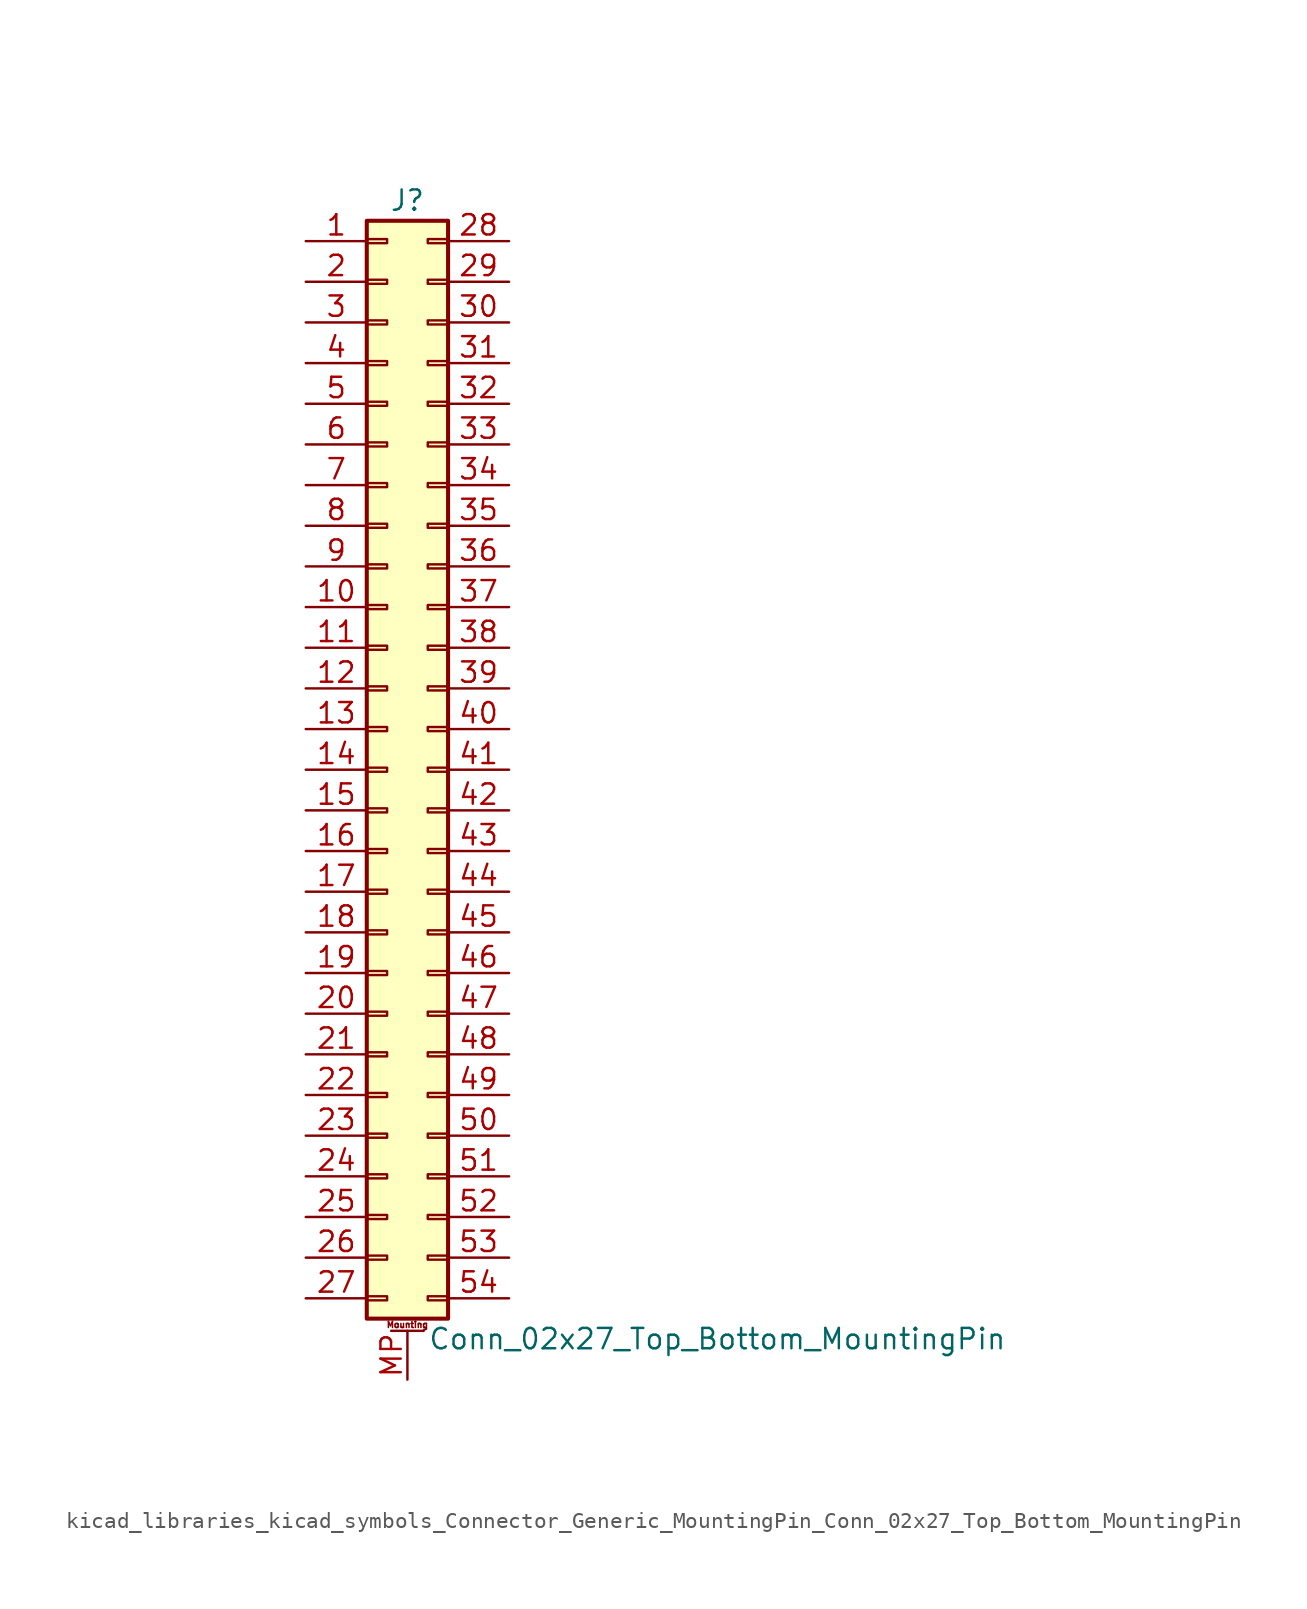
<source format=kicad_sym>
(kicad_symbol_lib
  (version 20220914)
  (generator kicad_symbol_editor)
  (symbol "kicad_libraries_kicad_symbols_Connector_Generic_MountingPin_Conn_02x27_Top_Bottom_MountingPin"
    (pin_names
      (offset 1.016) hide)
    (property "Reference" "J"
      (at 1.27 35.56 0)
      (effects (font (size 1.27 1.27))))
    (property "Value" "Conn_02x27_Top_Bottom_MountingPin"
      (at 2.54 -35.56 0)
      (effects (font (size 1.27 1.27)) (justify left)))
    (symbol "kicad_libraries_kicad_symbols_Connector_Generic_MountingPin_Conn_02x27_Top_Bottom_MountingPin_1_1"
      (rectangle (start -1.27 -32.893) (end 0 -33.147) (stroke (width 0.152) (type default)) (fill (type none)))
      (rectangle (start -1.27 -30.353) (end 0 -30.607) (stroke (width 0.152) (type default)) (fill (type none)))
      (rectangle (start -1.27 -27.813) (end 0 -28.067) (stroke (width 0.152) (type default)) (fill (type none)))
      (rectangle (start -1.27 -25.273) (end 0 -25.527) (stroke (width 0.152) (type default)) (fill (type none)))
      (rectangle (start -1.27 -22.733) (end 0 -22.987) (stroke (width 0.152) (type default)) (fill (type none)))
      (rectangle (start -1.27 -20.193) (end 0 -20.447) (stroke (width 0.152) (type default)) (fill (type none)))
      (rectangle (start -1.27 -17.653) (end 0 -17.907) (stroke (width 0.152) (type default)) (fill (type none)))
      (rectangle (start -1.27 -15.113) (end 0 -15.367) (stroke (width 0.152) (type default)) (fill (type none)))
      (rectangle (start -1.27 -12.573) (end 0 -12.827) (stroke (width 0.152) (type default)) (fill (type none)))
      (rectangle (start -1.27 -10.033) (end 0 -10.287) (stroke (width 0.152) (type default)) (fill (type none)))
      (rectangle (start -1.27 -7.493) (end 0 -7.747) (stroke (width 0.152) (type default)) (fill (type none)))
      (rectangle (start -1.27 -4.953) (end 0 -5.207) (stroke (width 0.152) (type default)) (fill (type none)))
      (rectangle (start -1.27 -2.413) (end 0 -2.667) (stroke (width 0.152) (type default)) (fill (type none)))
      (rectangle (start -1.27 0.127) (end 0 -0.127) (stroke (width 0.152) (type default)) (fill (type none)))
      (rectangle (start -1.27 2.667) (end 0 2.413) (stroke (width 0.152) (type default)) (fill (type none)))
      (rectangle (start -1.27 5.207) (end 0 4.953) (stroke (width 0.152) (type default)) (fill (type none)))
      (rectangle (start -1.27 7.747) (end 0 7.493) (stroke (width 0.152) (type default)) (fill (type none)))
      (rectangle (start -1.27 10.287) (end 0 10.033) (stroke (width 0.152) (type default)) (fill (type none)))
      (rectangle (start -1.27 12.827) (end 0 12.573) (stroke (width 0.152) (type default)) (fill (type none)))
      (rectangle (start -1.27 15.367) (end 0 15.113) (stroke (width 0.152) (type default)) (fill (type none)))
      (rectangle (start -1.27 17.907) (end 0 17.653) (stroke (width 0.152) (type default)) (fill (type none)))
      (rectangle (start -1.27 20.447) (end 0 20.193) (stroke (width 0.152) (type default)) (fill (type none)))
      (rectangle (start -1.27 22.987) (end 0 22.733) (stroke (width 0.152) (type default)) (fill (type none)))
      (rectangle (start -1.27 25.527) (end 0 25.273) (stroke (width 0.152) (type default)) (fill (type none)))
      (rectangle (start -1.27 28.067) (end 0 27.813) (stroke (width 0.152) (type default)) (fill (type none)))
      (rectangle (start -1.27 30.607) (end 0 30.353) (stroke (width 0.152) (type default)) (fill (type none)))
      (rectangle (start -1.27 33.147) (end 0 32.893) (stroke (width 0.152) (type default)) (fill (type none)))
      (rectangle (start -1.27 34.29) (end 3.81 -34.29) (stroke (width 0.254) (type default)) (fill (type background)))
      (polyline (pts (xy 0.254 -35.052) (xy 2.286 -35.052)) (stroke (width 0.152) (type default)) (fill (type none)))
      (rectangle (start 3.81 -32.893) (end 2.54 -33.147) (stroke (width 0.152) (type default)) (fill (type none)))
      (rectangle (start 3.81 -30.353) (end 2.54 -30.607) (stroke (width 0.152) (type default)) (fill (type none)))
      (rectangle (start 3.81 -27.813) (end 2.54 -28.067) (stroke (width 0.152) (type default)) (fill (type none)))
      (rectangle (start 3.81 -25.273) (end 2.54 -25.527) (stroke (width 0.152) (type default)) (fill (type none)))
      (rectangle (start 3.81 -22.733) (end 2.54 -22.987) (stroke (width 0.152) (type default)) (fill (type none)))
      (rectangle (start 3.81 -20.193) (end 2.54 -20.447) (stroke (width 0.152) (type default)) (fill (type none)))
      (rectangle (start 3.81 -17.653) (end 2.54 -17.907) (stroke (width 0.152) (type default)) (fill (type none)))
      (rectangle (start 3.81 -15.113) (end 2.54 -15.367) (stroke (width 0.152) (type default)) (fill (type none)))
      (rectangle (start 3.81 -12.573) (end 2.54 -12.827) (stroke (width 0.152) (type default)) (fill (type none)))
      (rectangle (start 3.81 -10.033) (end 2.54 -10.287) (stroke (width 0.152) (type default)) (fill (type none)))
      (rectangle (start 3.81 -7.493) (end 2.54 -7.747) (stroke (width 0.152) (type default)) (fill (type none)))
      (rectangle (start 3.81 -4.953) (end 2.54 -5.207) (stroke (width 0.152) (type default)) (fill (type none)))
      (rectangle (start 3.81 -2.413) (end 2.54 -2.667) (stroke (width 0.152) (type default)) (fill (type none)))
      (rectangle (start 3.81 0.127) (end 2.54 -0.127) (stroke (width 0.152) (type default)) (fill (type none)))
      (rectangle (start 3.81 2.667) (end 2.54 2.413) (stroke (width 0.152) (type default)) (fill (type none)))
      (rectangle (start 3.81 5.207) (end 2.54 4.953) (stroke (width 0.152) (type default)) (fill (type none)))
      (rectangle (start 3.81 7.747) (end 2.54 7.493) (stroke (width 0.152) (type default)) (fill (type none)))
      (rectangle (start 3.81 10.287) (end 2.54 10.033) (stroke (width 0.152) (type default)) (fill (type none)))
      (rectangle (start 3.81 12.827) (end 2.54 12.573) (stroke (width 0.152) (type default)) (fill (type none)))
      (rectangle (start 3.81 15.367) (end 2.54 15.113) (stroke (width 0.152) (type default)) (fill (type none)))
      (rectangle (start 3.81 17.907) (end 2.54 17.653) (stroke (width 0.152) (type default)) (fill (type none)))
      (rectangle (start 3.81 20.447) (end 2.54 20.193) (stroke (width 0.152) (type default)) (fill (type none)))
      (rectangle (start 3.81 22.987) (end 2.54 22.733) (stroke (width 0.152) (type default)) (fill (type none)))
      (rectangle (start 3.81 25.527) (end 2.54 25.273) (stroke (width 0.152) (type default)) (fill (type none)))
      (rectangle (start 3.81 28.067) (end 2.54 27.813) (stroke (width 0.152) (type default)) (fill (type none)))
      (rectangle (start 3.81 30.607) (end 2.54 30.353) (stroke (width 0.152) (type default)) (fill (type none)))
      (rectangle (start 3.81 33.147) (end 2.54 32.893) (stroke (width 0.152) (type default)) (fill (type none)))
      (text "Mounting" (at 1.27 -34.671 0) (effects (font (size 0.381 0.381))))
      (pin passive line (at -5.08 33.02 0) (length 3.81) (name "Pin_1" (effects (font (size 1.27 1.27)))) (number "1" (effects (font (size 1.27 1.27)))))
      (pin passive line (at -5.08 10.16 0) (length 3.81) (name "Pin_10" (effects (font (size 1.27 1.27)))) (number "10" (effects (font (size 1.27 1.27)))))
      (pin passive line (at -5.08 7.62 0) (length 3.81) (name "Pin_11" (effects (font (size 1.27 1.27)))) (number "11" (effects (font (size 1.27 1.27)))))
      (pin passive line (at -5.08 5.08 0) (length 3.81) (name "Pin_12" (effects (font (size 1.27 1.27)))) (number "12" (effects (font (size 1.27 1.27)))))
      (pin passive line (at -5.08 2.54 0) (length 3.81) (name "Pin_13" (effects (font (size 1.27 1.27)))) (number "13" (effects (font (size 1.27 1.27)))))
      (pin passive line (at -5.08 0 0) (length 3.81) (name "Pin_14" (effects (font (size 1.27 1.27)))) (number "14" (effects (font (size 1.27 1.27)))))
      (pin passive line (at -5.08 -2.54 0) (length 3.81) (name "Pin_15" (effects (font (size 1.27 1.27)))) (number "15" (effects (font (size 1.27 1.27)))))
      (pin passive line (at -5.08 -5.08 0) (length 3.81) (name "Pin_16" (effects (font (size 1.27 1.27)))) (number "16" (effects (font (size 1.27 1.27)))))
      (pin passive line (at -5.08 -7.62 0) (length 3.81) (name "Pin_17" (effects (font (size 1.27 1.27)))) (number "17" (effects (font (size 1.27 1.27)))))
      (pin passive line (at -5.08 -10.16 0) (length 3.81) (name "Pin_18" (effects (font (size 1.27 1.27)))) (number "18" (effects (font (size 1.27 1.27)))))
      (pin passive line (at -5.08 -12.7 0) (length 3.81) (name "Pin_19" (effects (font (size 1.27 1.27)))) (number "19" (effects (font (size 1.27 1.27)))))
      (pin passive line (at -5.08 30.48 0) (length 3.81) (name "Pin_2" (effects (font (size 1.27 1.27)))) (number "2" (effects (font (size 1.27 1.27)))))
      (pin passive line (at -5.08 -15.24 0) (length 3.81) (name "Pin_20" (effects (font (size 1.27 1.27)))) (number "20" (effects (font (size 1.27 1.27)))))
      (pin passive line (at -5.08 -17.78 0) (length 3.81) (name "Pin_21" (effects (font (size 1.27 1.27)))) (number "21" (effects (font (size 1.27 1.27)))))
      (pin passive line (at -5.08 -20.32 0) (length 3.81) (name "Pin_22" (effects (font (size 1.27 1.27)))) (number "22" (effects (font (size 1.27 1.27)))))
      (pin passive line (at -5.08 -22.86 0) (length 3.81) (name "Pin_23" (effects (font (size 1.27 1.27)))) (number "23" (effects (font (size 1.27 1.27)))))
      (pin passive line (at -5.08 -25.4 0) (length 3.81) (name "Pin_24" (effects (font (size 1.27 1.27)))) (number "24" (effects (font (size 1.27 1.27)))))
      (pin passive line (at -5.08 -27.94 0) (length 3.81) (name "Pin_25" (effects (font (size 1.27 1.27)))) (number "25" (effects (font (size 1.27 1.27)))))
      (pin passive line (at -5.08 -30.48 0) (length 3.81) (name "Pin_26" (effects (font (size 1.27 1.27)))) (number "26" (effects (font (size 1.27 1.27)))))
      (pin passive line (at -5.08 -33.02 0) (length 3.81) (name "Pin_27" (effects (font (size 1.27 1.27)))) (number "27" (effects (font (size 1.27 1.27)))))
      (pin passive line (at 7.62 33.02 180) (length 3.81) (name "Pin_28" (effects (font (size 1.27 1.27)))) (number "28" (effects (font (size 1.27 1.27)))))
      (pin passive line (at 7.62 30.48 180) (length 3.81) (name "Pin_29" (effects (font (size 1.27 1.27)))) (number "29" (effects (font (size 1.27 1.27)))))
      (pin passive line (at -5.08 27.94 0) (length 3.81) (name "Pin_3" (effects (font (size 1.27 1.27)))) (number "3" (effects (font (size 1.27 1.27)))))
      (pin passive line (at 7.62 27.94 180) (length 3.81) (name "Pin_30" (effects (font (size 1.27 1.27)))) (number "30" (effects (font (size 1.27 1.27)))))
      (pin passive line (at 7.62 25.4 180) (length 3.81) (name "Pin_31" (effects (font (size 1.27 1.27)))) (number "31" (effects (font (size 1.27 1.27)))))
      (pin passive line (at 7.62 22.86 180) (length 3.81) (name "Pin_32" (effects (font (size 1.27 1.27)))) (number "32" (effects (font (size 1.27 1.27)))))
      (pin passive line (at 7.62 20.32 180) (length 3.81) (name "Pin_33" (effects (font (size 1.27 1.27)))) (number "33" (effects (font (size 1.27 1.27)))))
      (pin passive line (at 7.62 17.78 180) (length 3.81) (name "Pin_34" (effects (font (size 1.27 1.27)))) (number "34" (effects (font (size 1.27 1.27)))))
      (pin passive line (at 7.62 15.24 180) (length 3.81) (name "Pin_35" (effects (font (size 1.27 1.27)))) (number "35" (effects (font (size 1.27 1.27)))))
      (pin passive line (at 7.62 12.7 180) (length 3.81) (name "Pin_36" (effects (font (size 1.27 1.27)))) (number "36" (effects (font (size 1.27 1.27)))))
      (pin passive line (at 7.62 10.16 180) (length 3.81) (name "Pin_37" (effects (font (size 1.27 1.27)))) (number "37" (effects (font (size 1.27 1.27)))))
      (pin passive line (at 7.62 7.62 180) (length 3.81) (name "Pin_38" (effects (font (size 1.27 1.27)))) (number "38" (effects (font (size 1.27 1.27)))))
      (pin passive line (at 7.62 5.08 180) (length 3.81) (name "Pin_39" (effects (font (size 1.27 1.27)))) (number "39" (effects (font (size 1.27 1.27)))))
      (pin passive line (at -5.08 25.4 0) (length 3.81) (name "Pin_4" (effects (font (size 1.27 1.27)))) (number "4" (effects (font (size 1.27 1.27)))))
      (pin passive line (at 7.62 2.54 180) (length 3.81) (name "Pin_40" (effects (font (size 1.27 1.27)))) (number "40" (effects (font (size 1.27 1.27)))))
      (pin passive line (at 7.62 0 180) (length 3.81) (name "Pin_41" (effects (font (size 1.27 1.27)))) (number "41" (effects (font (size 1.27 1.27)))))
      (pin passive line (at 7.62 -2.54 180) (length 3.81) (name "Pin_42" (effects (font (size 1.27 1.27)))) (number "42" (effects (font (size 1.27 1.27)))))
      (pin passive line (at 7.62 -5.08 180) (length 3.81) (name "Pin_43" (effects (font (size 1.27 1.27)))) (number "43" (effects (font (size 1.27 1.27)))))
      (pin passive line (at 7.62 -7.62 180) (length 3.81) (name "Pin_44" (effects (font (size 1.27 1.27)))) (number "44" (effects (font (size 1.27 1.27)))))
      (pin passive line (at 7.62 -10.16 180) (length 3.81) (name "Pin_45" (effects (font (size 1.27 1.27)))) (number "45" (effects (font (size 1.27 1.27)))))
      (pin passive line (at 7.62 -12.7 180) (length 3.81) (name "Pin_46" (effects (font (size 1.27 1.27)))) (number "46" (effects (font (size 1.27 1.27)))))
      (pin passive line (at 7.62 -15.24 180) (length 3.81) (name "Pin_47" (effects (font (size 1.27 1.27)))) (number "47" (effects (font (size 1.27 1.27)))))
      (pin passive line (at 7.62 -17.78 180) (length 3.81) (name "Pin_48" (effects (font (size 1.27 1.27)))) (number "48" (effects (font (size 1.27 1.27)))))
      (pin passive line (at 7.62 -20.32 180) (length 3.81) (name "Pin_49" (effects (font (size 1.27 1.27)))) (number "49" (effects (font (size 1.27 1.27)))))
      (pin passive line (at -5.08 22.86 0) (length 3.81) (name "Pin_5" (effects (font (size 1.27 1.27)))) (number "5" (effects (font (size 1.27 1.27)))))
      (pin passive line (at 7.62 -22.86 180) (length 3.81) (name "Pin_50" (effects (font (size 1.27 1.27)))) (number "50" (effects (font (size 1.27 1.27)))))
      (pin passive line (at 7.62 -25.4 180) (length 3.81) (name "Pin_51" (effects (font (size 1.27 1.27)))) (number "51" (effects (font (size 1.27 1.27)))))
      (pin passive line (at 7.62 -27.94 180) (length 3.81) (name "Pin_52" (effects (font (size 1.27 1.27)))) (number "52" (effects (font (size 1.27 1.27)))))
      (pin passive line (at 7.62 -30.48 180) (length 3.81) (name "Pin_53" (effects (font (size 1.27 1.27)))) (number "53" (effects (font (size 1.27 1.27)))))
      (pin passive line (at 7.62 -33.02 180) (length 3.81) (name "Pin_54" (effects (font (size 1.27 1.27)))) (number "54" (effects (font (size 1.27 1.27)))))
      (pin passive line (at -5.08 20.32 0) (length 3.81) (name "Pin_6" (effects (font (size 1.27 1.27)))) (number "6" (effects (font (size 1.27 1.27)))))
      (pin passive line (at -5.08 17.78 0) (length 3.81) (name "Pin_7" (effects (font (size 1.27 1.27)))) (number "7" (effects (font (size 1.27 1.27)))))
      (pin passive line (at -5.08 15.24 0) (length 3.81) (name "Pin_8" (effects (font (size 1.27 1.27)))) (number "8" (effects (font (size 1.27 1.27)))))
      (pin passive line (at -5.08 12.7 0) (length 3.81) (name "Pin_9" (effects (font (size 1.27 1.27)))) (number "9" (effects (font (size 1.27 1.27)))))
      (pin passive line (at 1.27 -38.1 90) (length 3.048) (name "MountPin" (effects (font (size 1.27 1.27)))) (number "MP" (effects (font (size 1.27 1.27))))))))
</source>
